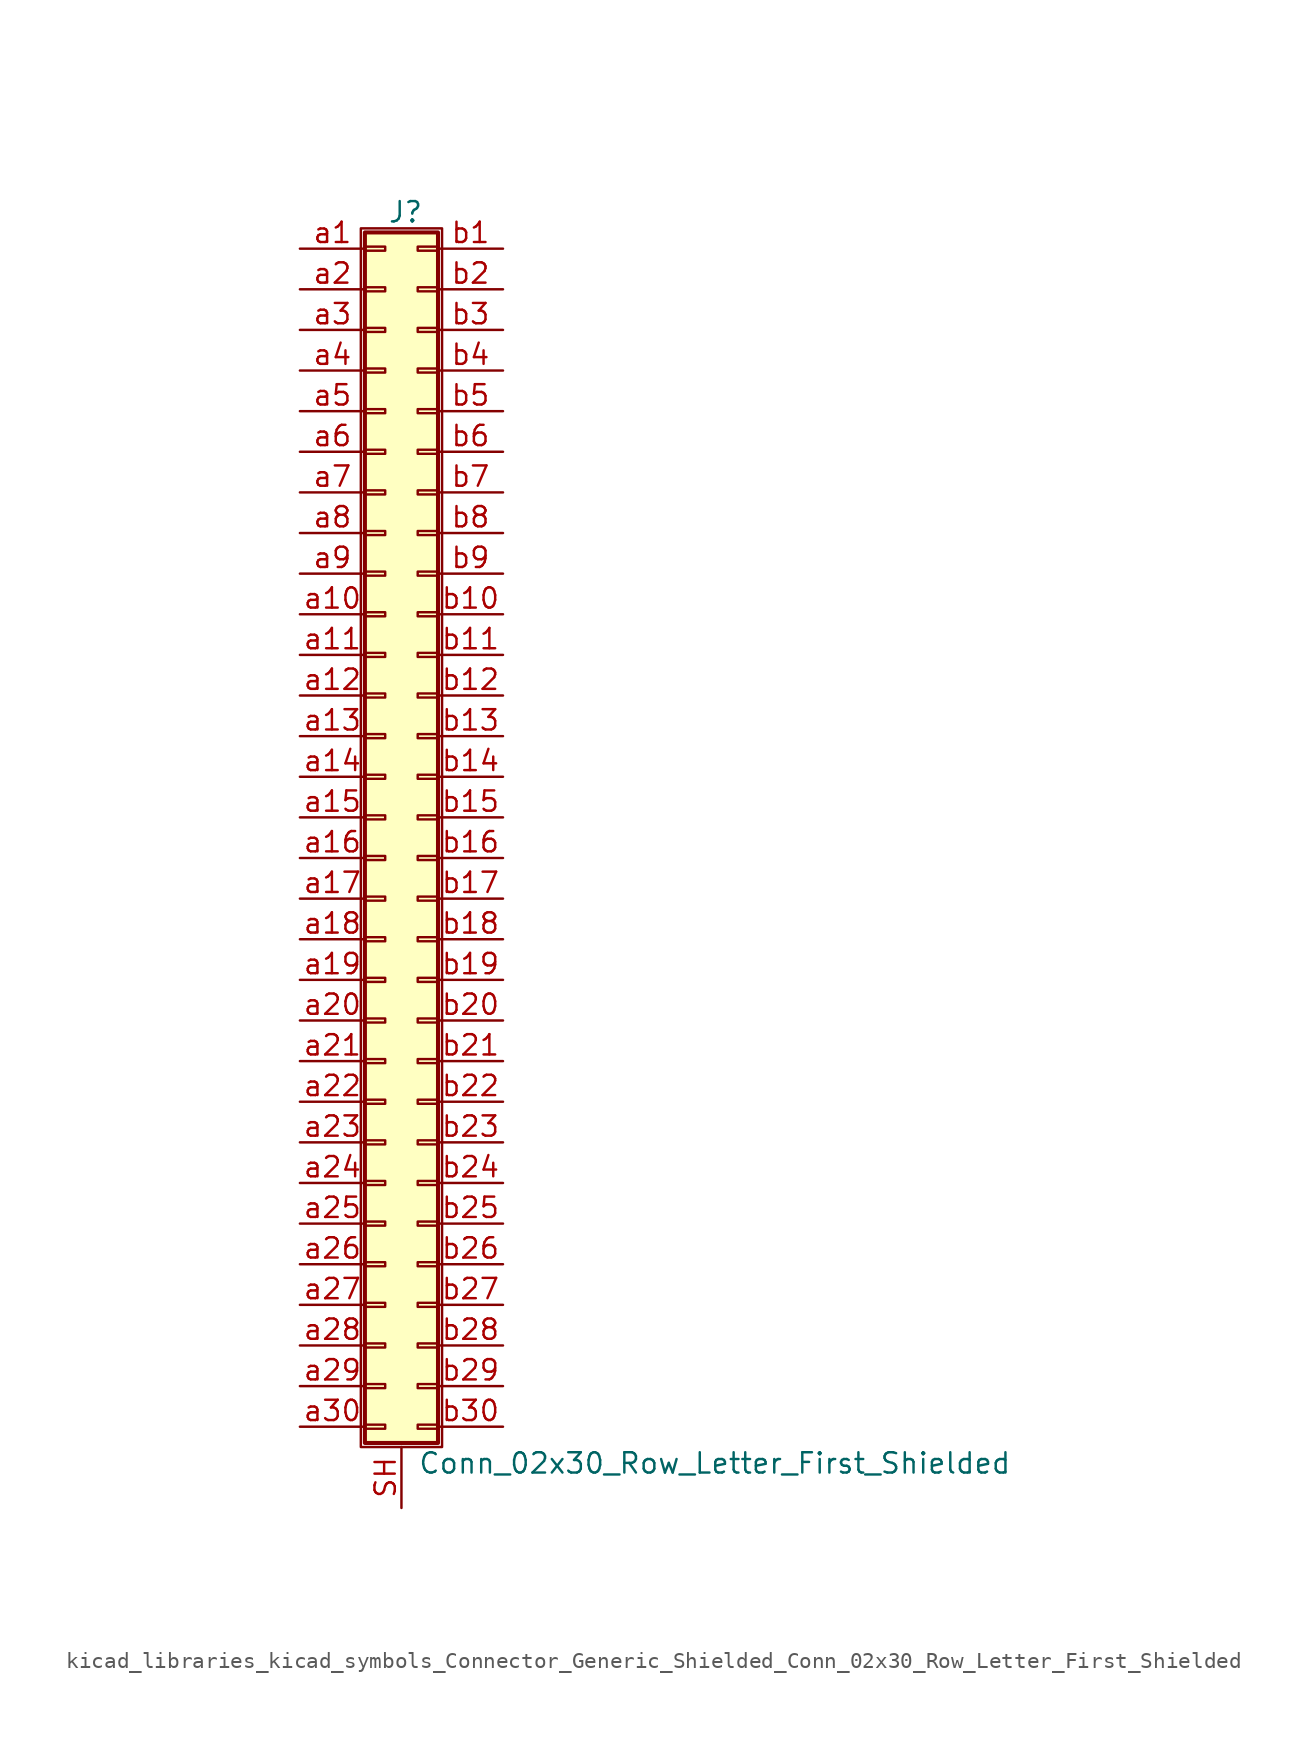
<source format=kicad_sym>
(kicad_symbol_lib
  (version 20220914)
  (generator kicad_symbol_editor)
  (symbol "kicad_libraries_kicad_symbols_Connector_Generic_Shielded_Conn_02x30_Row_Letter_First_Shielded"
    (pin_names
      (offset 1.016) hide)
    (property "Reference" "J"
      (at 1.524 37.846 0)
      (effects (font (size 1.27 1.27))))
    (property "Value" "Conn_02x30_Row_Letter_First_Shielded"
      (at 2.286 -40.386 0)
      (effects (font (size 1.27 1.27)) (justify left)))
    (symbol "kicad_libraries_kicad_symbols_Connector_Generic_Shielded_Conn_02x30_Row_Letter_First_Shielded_1_1"
      (rectangle (start -1.27 36.83) (end 3.81 -39.37) (stroke (width 0.152) (type default)) (fill (type none)))
      (rectangle (start -1.016 -37.973) (end 0.254 -38.227) (stroke (width 0.152) (type default)) (fill (type none)))
      (rectangle (start -1.016 -35.433) (end 0.254 -35.687) (stroke (width 0.152) (type default)) (fill (type none)))
      (rectangle (start -1.016 -32.893) (end 0.254 -33.147) (stroke (width 0.152) (type default)) (fill (type none)))
      (rectangle (start -1.016 -30.353) (end 0.254 -30.607) (stroke (width 0.152) (type default)) (fill (type none)))
      (rectangle (start -1.016 -27.813) (end 0.254 -28.067) (stroke (width 0.152) (type default)) (fill (type none)))
      (rectangle (start -1.016 -25.273) (end 0.254 -25.527) (stroke (width 0.152) (type default)) (fill (type none)))
      (rectangle (start -1.016 -22.733) (end 0.254 -22.987) (stroke (width 0.152) (type default)) (fill (type none)))
      (rectangle (start -1.016 -20.193) (end 0.254 -20.447) (stroke (width 0.152) (type default)) (fill (type none)))
      (rectangle (start -1.016 -17.653) (end 0.254 -17.907) (stroke (width 0.152) (type default)) (fill (type none)))
      (rectangle (start -1.016 -15.113) (end 0.254 -15.367) (stroke (width 0.152) (type default)) (fill (type none)))
      (rectangle (start -1.016 -12.573) (end 0.254 -12.827) (stroke (width 0.152) (type default)) (fill (type none)))
      (rectangle (start -1.016 -10.033) (end 0.254 -10.287) (stroke (width 0.152) (type default)) (fill (type none)))
      (rectangle (start -1.016 -7.493) (end 0.254 -7.747) (stroke (width 0.152) (type default)) (fill (type none)))
      (rectangle (start -1.016 -4.953) (end 0.254 -5.207) (stroke (width 0.152) (type default)) (fill (type none)))
      (rectangle (start -1.016 -2.413) (end 0.254 -2.667) (stroke (width 0.152) (type default)) (fill (type none)))
      (rectangle (start -1.016 0.127) (end 0.254 -0.127) (stroke (width 0.152) (type default)) (fill (type none)))
      (rectangle (start -1.016 2.667) (end 0.254 2.413) (stroke (width 0.152) (type default)) (fill (type none)))
      (rectangle (start -1.016 5.207) (end 0.254 4.953) (stroke (width 0.152) (type default)) (fill (type none)))
      (rectangle (start -1.016 7.747) (end 0.254 7.493) (stroke (width 0.152) (type default)) (fill (type none)))
      (rectangle (start -1.016 10.287) (end 0.254 10.033) (stroke (width 0.152) (type default)) (fill (type none)))
      (rectangle (start -1.016 12.827) (end 0.254 12.573) (stroke (width 0.152) (type default)) (fill (type none)))
      (rectangle (start -1.016 15.367) (end 0.254 15.113) (stroke (width 0.152) (type default)) (fill (type none)))
      (rectangle (start -1.016 17.907) (end 0.254 17.653) (stroke (width 0.152) (type default)) (fill (type none)))
      (rectangle (start -1.016 20.447) (end 0.254 20.193) (stroke (width 0.152) (type default)) (fill (type none)))
      (rectangle (start -1.016 22.987) (end 0.254 22.733) (stroke (width 0.152) (type default)) (fill (type none)))
      (rectangle (start -1.016 25.527) (end 0.254 25.273) (stroke (width 0.152) (type default)) (fill (type none)))
      (rectangle (start -1.016 28.067) (end 0.254 27.813) (stroke (width 0.152) (type default)) (fill (type none)))
      (rectangle (start -1.016 30.607) (end 0.254 30.353) (stroke (width 0.152) (type default)) (fill (type none)))
      (rectangle (start -1.016 33.147) (end 0.254 32.893) (stroke (width 0.152) (type default)) (fill (type none)))
      (rectangle (start -1.016 35.687) (end 0.254 35.433) (stroke (width 0.152) (type default)) (fill (type none)))
      (rectangle (start -1.016 36.576) (end 3.556 -39.116) (stroke (width 0.254) (type default)) (fill (type background)))
      (rectangle (start 3.556 -37.973) (end 2.286 -38.227) (stroke (width 0.152) (type default)) (fill (type none)))
      (rectangle (start 3.556 -35.433) (end 2.286 -35.687) (stroke (width 0.152) (type default)) (fill (type none)))
      (rectangle (start 3.556 -32.893) (end 2.286 -33.147) (stroke (width 0.152) (type default)) (fill (type none)))
      (rectangle (start 3.556 -30.353) (end 2.286 -30.607) (stroke (width 0.152) (type default)) (fill (type none)))
      (rectangle (start 3.556 -27.813) (end 2.286 -28.067) (stroke (width 0.152) (type default)) (fill (type none)))
      (rectangle (start 3.556 -25.273) (end 2.286 -25.527) (stroke (width 0.152) (type default)) (fill (type none)))
      (rectangle (start 3.556 -22.733) (end 2.286 -22.987) (stroke (width 0.152) (type default)) (fill (type none)))
      (rectangle (start 3.556 -20.193) (end 2.286 -20.447) (stroke (width 0.152) (type default)) (fill (type none)))
      (rectangle (start 3.556 -17.653) (end 2.286 -17.907) (stroke (width 0.152) (type default)) (fill (type none)))
      (rectangle (start 3.556 -15.113) (end 2.286 -15.367) (stroke (width 0.152) (type default)) (fill (type none)))
      (rectangle (start 3.556 -12.573) (end 2.286 -12.827) (stroke (width 0.152) (type default)) (fill (type none)))
      (rectangle (start 3.556 -10.033) (end 2.286 -10.287) (stroke (width 0.152) (type default)) (fill (type none)))
      (rectangle (start 3.556 -7.493) (end 2.286 -7.747) (stroke (width 0.152) (type default)) (fill (type none)))
      (rectangle (start 3.556 -4.953) (end 2.286 -5.207) (stroke (width 0.152) (type default)) (fill (type none)))
      (rectangle (start 3.556 -2.413) (end 2.286 -2.667) (stroke (width 0.152) (type default)) (fill (type none)))
      (rectangle (start 3.556 0.127) (end 2.286 -0.127) (stroke (width 0.152) (type default)) (fill (type none)))
      (rectangle (start 3.556 2.667) (end 2.286 2.413) (stroke (width 0.152) (type default)) (fill (type none)))
      (rectangle (start 3.556 5.207) (end 2.286 4.953) (stroke (width 0.152) (type default)) (fill (type none)))
      (rectangle (start 3.556 7.747) (end 2.286 7.493) (stroke (width 0.152) (type default)) (fill (type none)))
      (rectangle (start 3.556 10.287) (end 2.286 10.033) (stroke (width 0.152) (type default)) (fill (type none)))
      (rectangle (start 3.556 12.827) (end 2.286 12.573) (stroke (width 0.152) (type default)) (fill (type none)))
      (rectangle (start 3.556 15.367) (end 2.286 15.113) (stroke (width 0.152) (type default)) (fill (type none)))
      (rectangle (start 3.556 17.907) (end 2.286 17.653) (stroke (width 0.152) (type default)) (fill (type none)))
      (rectangle (start 3.556 20.447) (end 2.286 20.193) (stroke (width 0.152) (type default)) (fill (type none)))
      (rectangle (start 3.556 22.987) (end 2.286 22.733) (stroke (width 0.152) (type default)) (fill (type none)))
      (rectangle (start 3.556 25.527) (end 2.286 25.273) (stroke (width 0.152) (type default)) (fill (type none)))
      (rectangle (start 3.556 28.067) (end 2.286 27.813) (stroke (width 0.152) (type default)) (fill (type none)))
      (rectangle (start 3.556 30.607) (end 2.286 30.353) (stroke (width 0.152) (type default)) (fill (type none)))
      (rectangle (start 3.556 33.147) (end 2.286 32.893) (stroke (width 0.152) (type default)) (fill (type none)))
      (rectangle (start 3.556 35.687) (end 2.286 35.433) (stroke (width 0.152) (type default)) (fill (type none)))
      (pin passive line (at 1.27 -43.18 90) (length 3.81) (name "Shield" (effects (font (size 1.27 1.27)))) (number "SH" (effects (font (size 1.27 1.27)))))
      (pin passive line (at -5.08 35.56 0) (length 4.064) (name "Pin_a1" (effects (font (size 1.27 1.27)))) (number "a1" (effects (font (size 1.27 1.27)))))
      (pin passive line (at -5.08 12.7 0) (length 4.064) (name "Pin_a10" (effects (font (size 1.27 1.27)))) (number "a10" (effects (font (size 1.27 1.27)))))
      (pin passive line (at -5.08 10.16 0) (length 4.064) (name "Pin_a11" (effects (font (size 1.27 1.27)))) (number "a11" (effects (font (size 1.27 1.27)))))
      (pin passive line (at -5.08 7.62 0) (length 4.064) (name "Pin_a12" (effects (font (size 1.27 1.27)))) (number "a12" (effects (font (size 1.27 1.27)))))
      (pin passive line (at -5.08 5.08 0) (length 4.064) (name "Pin_a13" (effects (font (size 1.27 1.27)))) (number "a13" (effects (font (size 1.27 1.27)))))
      (pin passive line (at -5.08 2.54 0) (length 4.064) (name "Pin_a14" (effects (font (size 1.27 1.27)))) (number "a14" (effects (font (size 1.27 1.27)))))
      (pin passive line (at -5.08 0 0) (length 4.064) (name "Pin_a15" (effects (font (size 1.27 1.27)))) (number "a15" (effects (font (size 1.27 1.27)))))
      (pin passive line (at -5.08 -2.54 0) (length 4.064) (name "Pin_a16" (effects (font (size 1.27 1.27)))) (number "a16" (effects (font (size 1.27 1.27)))))
      (pin passive line (at -5.08 -5.08 0) (length 4.064) (name "Pin_a17" (effects (font (size 1.27 1.27)))) (number "a17" (effects (font (size 1.27 1.27)))))
      (pin passive line (at -5.08 -7.62 0) (length 4.064) (name "Pin_a18" (effects (font (size 1.27 1.27)))) (number "a18" (effects (font (size 1.27 1.27)))))
      (pin passive line (at -5.08 -10.16 0) (length 4.064) (name "Pin_a19" (effects (font (size 1.27 1.27)))) (number "a19" (effects (font (size 1.27 1.27)))))
      (pin passive line (at -5.08 33.02 0) (length 4.064) (name "Pin_a2" (effects (font (size 1.27 1.27)))) (number "a2" (effects (font (size 1.27 1.27)))))
      (pin passive line (at -5.08 -12.7 0) (length 4.064) (name "Pin_a20" (effects (font (size 1.27 1.27)))) (number "a20" (effects (font (size 1.27 1.27)))))
      (pin passive line (at -5.08 -15.24 0) (length 4.064) (name "Pin_a21" (effects (font (size 1.27 1.27)))) (number "a21" (effects (font (size 1.27 1.27)))))
      (pin passive line (at -5.08 -17.78 0) (length 4.064) (name "Pin_a22" (effects (font (size 1.27 1.27)))) (number "a22" (effects (font (size 1.27 1.27)))))
      (pin passive line (at -5.08 -20.32 0) (length 4.064) (name "Pin_a23" (effects (font (size 1.27 1.27)))) (number "a23" (effects (font (size 1.27 1.27)))))
      (pin passive line (at -5.08 -22.86 0) (length 4.064) (name "Pin_a24" (effects (font (size 1.27 1.27)))) (number "a24" (effects (font (size 1.27 1.27)))))
      (pin passive line (at -5.08 -25.4 0) (length 4.064) (name "Pin_a25" (effects (font (size 1.27 1.27)))) (number "a25" (effects (font (size 1.27 1.27)))))
      (pin passive line (at -5.08 -27.94 0) (length 4.064) (name "Pin_a26" (effects (font (size 1.27 1.27)))) (number "a26" (effects (font (size 1.27 1.27)))))
      (pin passive line (at -5.08 -30.48 0) (length 4.064) (name "Pin_a27" (effects (font (size 1.27 1.27)))) (number "a27" (effects (font (size 1.27 1.27)))))
      (pin passive line (at -5.08 -33.02 0) (length 4.064) (name "Pin_a28" (effects (font (size 1.27 1.27)))) (number "a28" (effects (font (size 1.27 1.27)))))
      (pin passive line (at -5.08 -35.56 0) (length 4.064) (name "Pin_a29" (effects (font (size 1.27 1.27)))) (number "a29" (effects (font (size 1.27 1.27)))))
      (pin passive line (at -5.08 30.48 0) (length 4.064) (name "Pin_a3" (effects (font (size 1.27 1.27)))) (number "a3" (effects (font (size 1.27 1.27)))))
      (pin passive line (at -5.08 -38.1 0) (length 4.064) (name "Pin_a30" (effects (font (size 1.27 1.27)))) (number "a30" (effects (font (size 1.27 1.27)))))
      (pin passive line (at -5.08 27.94 0) (length 4.064) (name "Pin_a4" (effects (font (size 1.27 1.27)))) (number "a4" (effects (font (size 1.27 1.27)))))
      (pin passive line (at -5.08 25.4 0) (length 4.064) (name "Pin_a5" (effects (font (size 1.27 1.27)))) (number "a5" (effects (font (size 1.27 1.27)))))
      (pin passive line (at -5.08 22.86 0) (length 4.064) (name "Pin_a6" (effects (font (size 1.27 1.27)))) (number "a6" (effects (font (size 1.27 1.27)))))
      (pin passive line (at -5.08 20.32 0) (length 4.064) (name "Pin_a7" (effects (font (size 1.27 1.27)))) (number "a7" (effects (font (size 1.27 1.27)))))
      (pin passive line (at -5.08 17.78 0) (length 4.064) (name "Pin_a8" (effects (font (size 1.27 1.27)))) (number "a8" (effects (font (size 1.27 1.27)))))
      (pin passive line (at -5.08 15.24 0) (length 4.064) (name "Pin_a9" (effects (font (size 1.27 1.27)))) (number "a9" (effects (font (size 1.27 1.27)))))
      (pin passive line (at 7.62 35.56 180) (length 4.064) (name "Pin_b1" (effects (font (size 1.27 1.27)))) (number "b1" (effects (font (size 1.27 1.27)))))
      (pin passive line (at 7.62 12.7 180) (length 4.064) (name "Pin_b10" (effects (font (size 1.27 1.27)))) (number "b10" (effects (font (size 1.27 1.27)))))
      (pin passive line (at 7.62 10.16 180) (length 4.064) (name "Pin_b11" (effects (font (size 1.27 1.27)))) (number "b11" (effects (font (size 1.27 1.27)))))
      (pin passive line (at 7.62 7.62 180) (length 4.064) (name "Pin_b12" (effects (font (size 1.27 1.27)))) (number "b12" (effects (font (size 1.27 1.27)))))
      (pin passive line (at 7.62 5.08 180) (length 4.064) (name "Pin_b13" (effects (font (size 1.27 1.27)))) (number "b13" (effects (font (size 1.27 1.27)))))
      (pin passive line (at 7.62 2.54 180) (length 4.064) (name "Pin_b14" (effects (font (size 1.27 1.27)))) (number "b14" (effects (font (size 1.27 1.27)))))
      (pin passive line (at 7.62 0 180) (length 4.064) (name "Pin_b15" (effects (font (size 1.27 1.27)))) (number "b15" (effects (font (size 1.27 1.27)))))
      (pin passive line (at 7.62 -2.54 180) (length 4.064) (name "Pin_b16" (effects (font (size 1.27 1.27)))) (number "b16" (effects (font (size 1.27 1.27)))))
      (pin passive line (at 7.62 -5.08 180) (length 4.064) (name "Pin_b17" (effects (font (size 1.27 1.27)))) (number "b17" (effects (font (size 1.27 1.27)))))
      (pin passive line (at 7.62 -7.62 180) (length 4.064) (name "Pin_b18" (effects (font (size 1.27 1.27)))) (number "b18" (effects (font (size 1.27 1.27)))))
      (pin passive line (at 7.62 -10.16 180) (length 4.064) (name "Pin_b19" (effects (font (size 1.27 1.27)))) (number "b19" (effects (font (size 1.27 1.27)))))
      (pin passive line (at 7.62 33.02 180) (length 4.064) (name "Pin_b2" (effects (font (size 1.27 1.27)))) (number "b2" (effects (font (size 1.27 1.27)))))
      (pin passive line (at 7.62 -12.7 180) (length 4.064) (name "Pin_b20" (effects (font (size 1.27 1.27)))) (number "b20" (effects (font (size 1.27 1.27)))))
      (pin passive line (at 7.62 -15.24 180) (length 4.064) (name "Pin_b21" (effects (font (size 1.27 1.27)))) (number "b21" (effects (font (size 1.27 1.27)))))
      (pin passive line (at 7.62 -17.78 180) (length 4.064) (name "Pin_b22" (effects (font (size 1.27 1.27)))) (number "b22" (effects (font (size 1.27 1.27)))))
      (pin passive line (at 7.62 -20.32 180) (length 4.064) (name "Pin_b23" (effects (font (size 1.27 1.27)))) (number "b23" (effects (font (size 1.27 1.27)))))
      (pin passive line (at 7.62 -22.86 180) (length 4.064) (name "Pin_b24" (effects (font (size 1.27 1.27)))) (number "b24" (effects (font (size 1.27 1.27)))))
      (pin passive line (at 7.62 -25.4 180) (length 4.064) (name "Pin_b25" (effects (font (size 1.27 1.27)))) (number "b25" (effects (font (size 1.27 1.27)))))
      (pin passive line (at 7.62 -27.94 180) (length 4.064) (name "Pin_b26" (effects (font (size 1.27 1.27)))) (number "b26" (effects (font (size 1.27 1.27)))))
      (pin passive line (at 7.62 -30.48 180) (length 4.064) (name "Pin_b27" (effects (font (size 1.27 1.27)))) (number "b27" (effects (font (size 1.27 1.27)))))
      (pin passive line (at 7.62 -33.02 180) (length 4.064) (name "Pin_b28" (effects (font (size 1.27 1.27)))) (number "b28" (effects (font (size 1.27 1.27)))))
      (pin passive line (at 7.62 -35.56 180) (length 4.064) (name "Pin_b29" (effects (font (size 1.27 1.27)))) (number "b29" (effects (font (size 1.27 1.27)))))
      (pin passive line (at 7.62 30.48 180) (length 4.064) (name "Pin_b3" (effects (font (size 1.27 1.27)))) (number "b3" (effects (font (size 1.27 1.27)))))
      (pin passive line (at 7.62 -38.1 180) (length 4.064) (name "Pin_b30" (effects (font (size 1.27 1.27)))) (number "b30" (effects (font (size 1.27 1.27)))))
      (pin passive line (at 7.62 27.94 180) (length 4.064) (name "Pin_b4" (effects (font (size 1.27 1.27)))) (number "b4" (effects (font (size 1.27 1.27)))))
      (pin passive line (at 7.62 25.4 180) (length 4.064) (name "Pin_b5" (effects (font (size 1.27 1.27)))) (number "b5" (effects (font (size 1.27 1.27)))))
      (pin passive line (at 7.62 22.86 180) (length 4.064) (name "Pin_b6" (effects (font (size 1.27 1.27)))) (number "b6" (effects (font (size 1.27 1.27)))))
      (pin passive line (at 7.62 20.32 180) (length 4.064) (name "Pin_b7" (effects (font (size 1.27 1.27)))) (number "b7" (effects (font (size 1.27 1.27)))))
      (pin passive line (at 7.62 17.78 180) (length 4.064) (name "Pin_b8" (effects (font (size 1.27 1.27)))) (number "b8" (effects (font (size 1.27 1.27)))))
      (pin passive line (at 7.62 15.24 180) (length 4.064) (name "Pin_b9" (effects (font (size 1.27 1.27)))) (number "b9" (effects (font (size 1.27 1.27))))))))
</source>
